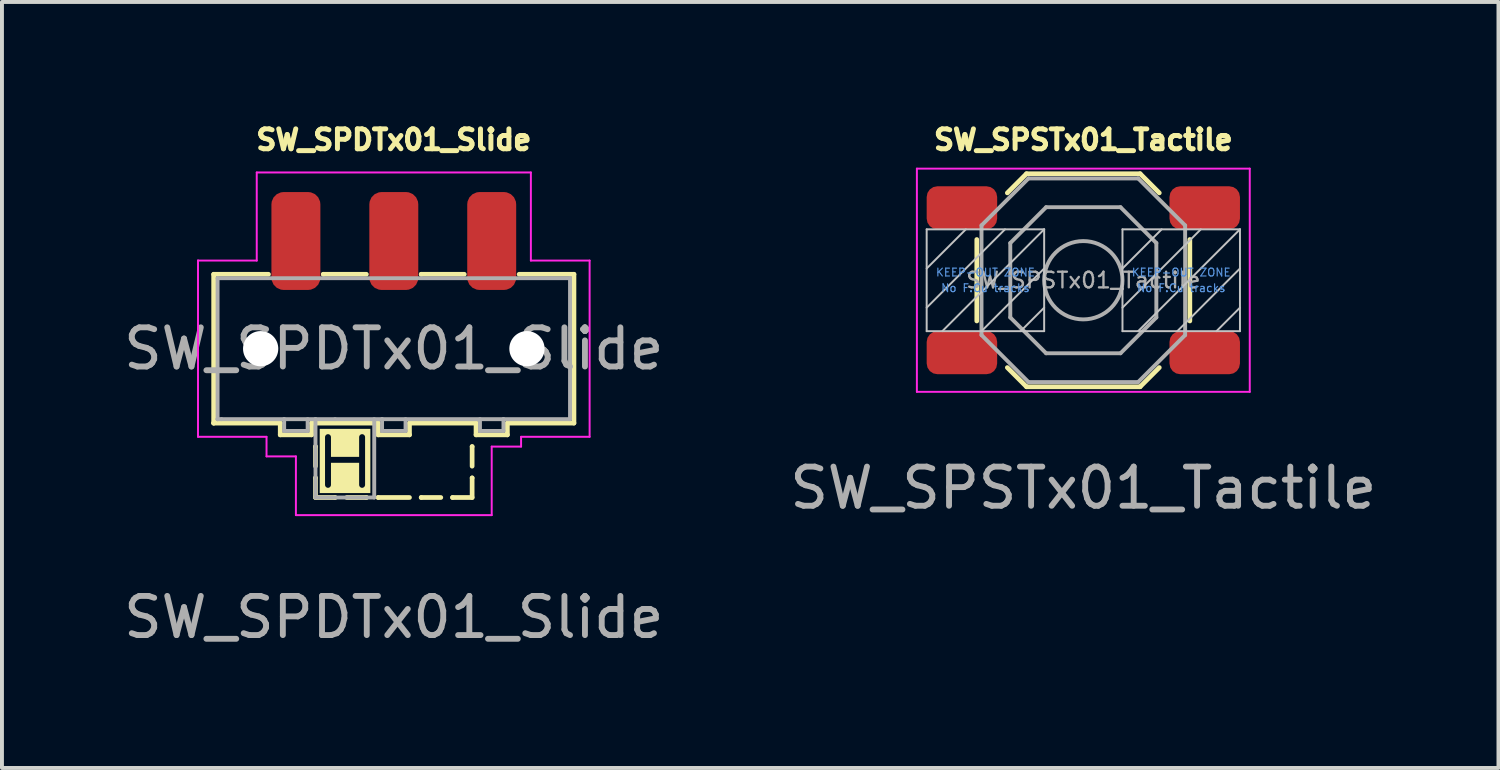
<source format=kicad_pcb>
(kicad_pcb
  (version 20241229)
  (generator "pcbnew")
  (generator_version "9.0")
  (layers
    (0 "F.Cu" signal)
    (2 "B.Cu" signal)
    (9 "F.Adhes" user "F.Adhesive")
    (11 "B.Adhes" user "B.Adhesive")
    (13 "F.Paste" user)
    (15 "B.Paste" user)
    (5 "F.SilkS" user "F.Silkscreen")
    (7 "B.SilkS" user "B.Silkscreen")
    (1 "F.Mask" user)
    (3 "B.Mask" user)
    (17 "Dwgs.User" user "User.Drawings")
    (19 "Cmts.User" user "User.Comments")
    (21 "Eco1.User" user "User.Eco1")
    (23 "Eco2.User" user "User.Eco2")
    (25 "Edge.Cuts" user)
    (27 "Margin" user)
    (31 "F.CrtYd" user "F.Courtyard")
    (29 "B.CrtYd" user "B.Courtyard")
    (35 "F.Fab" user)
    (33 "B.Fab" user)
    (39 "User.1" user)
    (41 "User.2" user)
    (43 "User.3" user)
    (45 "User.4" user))
  (footprint "SW_SPSTx01_Tactile"
    (layer "F.Cu")
    (at 24.629 4.076)
    (property "Reference" "SW_SPSTx01_Tactile" (at -0.016 -3.556 0) (layer "F.SilkS") (effects (font (size 0.508 0.508) (thickness 0.127))))
    (fp_line (start -2.736 1.07) (end -2.736 -1.01) (stroke (width 0.12) (type solid)) (layer "F.SilkS"))
    (fp_line (start -1.466 -2.69) (end -1.956 -2.2) (stroke (width 0.12) (type solid)) (layer "F.SilkS"))
    (fp_line (start -1.466 -2.69) (end 1.434 -2.69) (stroke (width 0.12) (type solid)) (layer "F.SilkS"))
    (fp_line (start -1.466 2.75) (end -1.956 2.26) (stroke (width 0.12) (type solid)) (layer "F.SilkS"))
    (fp_line (start -1.466 2.75) (end 1.434 2.75) (stroke (width 0.12) (type solid)) (layer "F.SilkS"))
    (fp_line (start 1.434 -2.69) (end 1.924 -2.2) (stroke (width 0.12) (type solid)) (layer "F.SilkS"))
    (fp_line (start 1.434 2.75) (end 1.924 2.26) (stroke (width 0.12) (type solid)) (layer "F.SilkS"))
    (fp_line (start 2.704 1.07) (end 2.704 -1.01) (stroke (width 0.12) (type solid)) (layer "F.SilkS"))
    (fp_line (start -4.016 -1.27) (end -1.016 -1.27) (stroke (width 0.05) (type solid)) (layer "Dwgs.User"))
    (fp_line (start -4.016 -0.27) (end -3.016 -1.27) (stroke (width 0.05) (type solid)) (layer "Dwgs.User"))
    (fp_line (start -4.016 0.73) (end -2.016 -1.27) (stroke (width 0.05) (type solid)) (layer "Dwgs.User"))
    (fp_line (start -4.016 1.33) (end -4.016 -1.27) (stroke (width 0.05) (type solid)) (layer "Dwgs.User"))
    (fp_line (start -2.616 1.33) (end -1.016 -0.27) (stroke (width 0.05) (type solid)) (layer "Dwgs.User"))
    (fp_line (start -1.016 -1.27) (end -3.616 1.33) (stroke (width 0.05) (type solid)) (layer "Dwgs.User"))
    (fp_line (start -1.016 -1.27) (end -1.016 1.33) (stroke (width 0.05) (type solid)) (layer "Dwgs.User"))
    (fp_line (start -1.016 0.73) (end -1.616 1.33) (stroke (width 0.05) (type solid)) (layer "Dwgs.User"))
    (fp_line (start -1.016 1.33) (end -4.016 1.33) (stroke (width 0.05) (type solid)) (layer "Dwgs.User"))
    (fp_line (start 0.984 -1.27) (end 3.984 -1.27) (stroke (width 0.05) (type solid)) (layer "Dwgs.User"))
    (fp_line (start 0.984 -0.27) (end 1.984 -1.27) (stroke (width 0.05) (type solid)) (layer "Dwgs.User"))
    (fp_line (start 0.984 0.73) (end 2.984 -1.27) (stroke (width 0.05) (type solid)) (layer "Dwgs.User"))
    (fp_line (start 0.984 1.33) (end 0.984 -1.27) (stroke (width 0.05) (type solid)) (layer "Dwgs.User"))
    (fp_line (start 2.384 1.33) (end 3.984 -0.27) (stroke (width 0.05) (type solid)) (layer "Dwgs.User"))
    (fp_line (start 3.984 -1.27) (end 1.384 1.33) (stroke (width 0.05) (type solid)) (layer "Dwgs.User"))
    (fp_line (start 3.984 -1.27) (end 3.984 1.33) (stroke (width 0.05) (type solid)) (layer "Dwgs.User"))
    (fp_line (start 3.984 0.73) (end 3.384 1.33) (stroke (width 0.05) (type solid)) (layer "Dwgs.User"))
    (fp_line (start 3.984 1.33) (end 0.984 1.33) (stroke (width 0.05) (type solid)) (layer "Dwgs.User"))
    (fp_line (start -4.266 -2.82) (end -4.266 2.88) (stroke (width 0.05) (type solid)) (layer "F.CrtYd"))
    (fp_line (start -4.266 2.88) (end 4.234 2.88) (stroke (width 0.05) (type solid)) (layer "F.CrtYd"))
    (fp_line (start 4.234 -2.82) (end -4.266 -2.82) (stroke (width 0.05) (type solid)) (layer "F.CrtYd"))
    (fp_line (start 4.234 2.88) (end 4.234 -2.82) (stroke (width 0.05) (type solid)) (layer "F.CrtYd"))
    (fp_line (start -2.616 -1.37) (end -1.416 -2.57) (stroke (width 0.1) (type solid)) (layer "F.Fab"))
    (fp_line (start -2.616 1.43) (end -2.616 -1.37) (stroke (width 0.1) (type solid)) (layer "F.Fab"))
    (fp_line (start -1.881 0.98) (end -1.881 -0.92) (stroke (width 0.1) (type solid)) (layer "F.Fab"))
    (fp_line (start -1.416 -2.57) (end 1.384 -2.57) (stroke (width 0.1) (type solid)) (layer "F.Fab"))
    (fp_line (start -1.416 2.63) (end -2.616 1.43) (stroke (width 0.1) (type solid)) (layer "F.Fab"))
    (fp_line (start -0.966 -1.835) (end -1.881 -0.92) (stroke (width 0.1) (type solid)) (layer "F.Fab"))
    (fp_line (start -0.966 -1.835) (end 0.934 -1.835) (stroke (width 0.1) (type solid)) (layer "F.Fab"))
    (fp_line (start -0.966 1.895) (end -1.881 0.98) (stroke (width 0.1) (type solid)) (layer "F.Fab"))
    (fp_line (start 0.934 -1.835) (end 1.849 -0.92) (stroke (width 0.1) (type solid)) (layer "F.Fab"))
    (fp_line (start 0.934 1.895) (end -0.966 1.895) (stroke (width 0.1) (type solid)) (layer "F.Fab"))
    (fp_line (start 0.934 1.895) (end 1.849 0.98) (stroke (width 0.1) (type solid)) (layer "F.Fab"))
    (fp_line (start 1.384 -2.57) (end 2.584 -1.37) (stroke (width 0.1) (type solid)) (layer "F.Fab"))
    (fp_line (start 1.384 2.63) (end -1.416 2.63) (stroke (width 0.1) (type solid)) (layer "F.Fab"))
    (fp_line (start 1.849 -0.92) (end 1.849 0.98) (stroke (width 0.1) (type solid)) (layer "F.Fab"))
    (fp_line (start 2.584 -1.37) (end 2.584 1.43) (stroke (width 0.1) (type solid)) (layer "F.Fab"))
    (fp_line (start 2.584 1.43) (end 1.384 2.63) (stroke (width 0.1) (type solid)) (layer "F.Fab"))
    (fp_circle (center -0.016 0.03) (end 0.984 0.03) (stroke (width 0.1) (type solid)) (fill no) (layer "F.Fab"))
    (fp_text user "No F.Cu tracks" (at 2.484 0.23 0) (layer "Cmts.User") (effects (font (size 0.2 0.2) (thickness 0.03))))
    (fp_text user "No F.Cu tracks" (at -2.516 0.23 0) (layer "Cmts.User") (effects (font (size 0.2 0.2) (thickness 0.03))))
    (fp_text user "KEEP-OUT ZONE" (at -2.516 -0.17 0) (layer "Cmts.User") (effects (font (size 0.2 0.2) (thickness 0.03))))
    (fp_text user "KEEP-OUT ZONE" (at 2.484 -0.17 0) (layer "Cmts.User") (effects (font (size 0.2 0.2) (thickness 0.03))))
    (fp_text user "${REFERENCE}" (at -0.016 5.334 0) (unlocked yes) (layer "F.Fab") (effects (font (size 1 1) (thickness 0.15))))
    (fp_text user "${REFERENCE}" (at -0.016 0.03 0) (layer "F.Fab") (effects (font (size 0.4 0.4) (thickness 0.06))))
    (pad "1" smd roundrect (at -3.116 -1.82) (size 1.8 1.1) (layers "F.Cu" "F.Mask" "F.Paste") (roundrect_rratio 0.25))
    (pad "1" smd roundrect (at 3.084 -1.82) (size 1.8 1.1) (layers "F.Cu" "F.Mask" "F.Paste") (roundrect_rratio 0.25))
    (pad "2" smd roundrect (at -3.116 1.88) (size 1.8 1.1) (layers "F.Cu" "F.Mask" "F.Paste") (roundrect_rratio 0.25))
    (pad "2" smd roundrect (at 3.084 1.88) (size 1.8 1.1) (layers "F.Cu" "F.Mask" "F.Paste") (roundrect_rratio 0.25)))
  (footprint "SW_SPDTx01_Slide"
    (layer "F.Cu")
    (at 7.006 5.854)
    (property "Reference" "SW_SPDTx01_Slide" (at 0 -5.334 0) (layer "F.SilkS") (effects (font (size 0.508 0.508) (thickness 0.127))))
    (attr smd)
    (fp_line (start -4.6 -1.9) (end -3.2 -1.9) (stroke (width 0.12) (type solid)) (layer "F.SilkS"))
    (fp_line (start -4.6 1.9) (end -4.6 -1.9) (stroke (width 0.12) (type solid)) (layer "F.SilkS"))
    (fp_line (start -4.6 1.9) (end -4.6 1.9) (stroke (width 0.12) (type solid)) (layer "F.SilkS"))
    (fp_line (start -2.9 1.9) (end -4.6 1.9) (stroke (width 0.12) (type solid)) (layer "F.SilkS"))
    (fp_line (start -2.9 2.2) (end -2.9 1.9) (stroke (width 0.12) (type solid)) (layer "F.SilkS"))
    (fp_line (start -2.1 1.9) (end -2.1 2.2) (stroke (width 0.12) (type solid)) (layer "F.SilkS"))
    (fp_line (start -2.1 2.2) (end -2.9 2.2) (stroke (width 0.12) (type solid)) (layer "F.SilkS"))
    (fp_line (start -2 2.5) (end -2 2.5) (stroke (width 0.12) (type solid)) (layer "F.SilkS"))
    (fp_line (start -2 3) (end -2 2.5) (stroke (width 0.12) (type solid)) (layer "F.SilkS"))
    (fp_line (start -2 3.3) (end -2 3.3) (stroke (width 0.12) (type solid)) (layer "F.SilkS"))
    (fp_line (start -2 3.8) (end -2 3.3) (stroke (width 0.12) (type solid)) (layer "F.SilkS"))
    (fp_line (start -2 3.8) (end -1.5 3.8) (stroke (width 0.12) (type solid)) (layer "F.SilkS"))
    (fp_line (start -1.8 -1.9) (end -1.8 -1.9) (stroke (width 0.12) (type solid)) (layer "F.SilkS"))
    (fp_line (start -1.5 3.8) (end -1.5 3.8) (stroke (width 0.12) (type solid)) (layer "F.SilkS"))
    (fp_line (start -1.2 3.8) (end -0.7 3.8) (stroke (width 0.12) (type solid)) (layer "F.SilkS"))
    (fp_line (start -0.7 -1.9) (end -1.8 -1.9) (stroke (width 0.12) (type solid)) (layer "F.SilkS"))
    (fp_line (start -0.7 3.8) (end -0.7 3.8) (stroke (width 0.12) (type solid)) (layer "F.SilkS"))
    (fp_line (start -0.4 1.9) (end -2.1 1.9) (stroke (width 0.12) (type solid)) (layer "F.SilkS"))
    (fp_line (start -0.4 2.2) (end -0.4 1.9) (stroke (width 0.12) (type solid)) (layer "F.SilkS"))
    (fp_line (start -0.4 3.8) (end -0.4 3.8) (stroke (width 0.12) (type solid)) (layer "F.SilkS"))
    (fp_line (start 0.4 1.9) (end 0.4 2.2) (stroke (width 0.12) (type solid)) (layer "F.SilkS"))
    (fp_line (start 0.4 2.2) (end -0.4 2.2) (stroke (width 0.12) (type solid)) (layer "F.SilkS"))
    (fp_line (start 0.4 3.8) (end -0.4 3.8) (stroke (width 0.12) (type solid)) (layer "F.SilkS"))
    (fp_line (start 0.7 -1.9) (end 0.7 -1.9) (stroke (width 0.12) (type solid)) (layer "F.SilkS"))
    (fp_line (start 0.7 3.8) (end 0.7 3.8) (stroke (width 0.12) (type solid)) (layer "F.SilkS"))
    (fp_line (start 1.2 3.8) (end 0.7 3.8) (stroke (width 0.12) (type solid)) (layer "F.SilkS"))
    (fp_line (start 1.5 3.8) (end 1.5 3.8) (stroke (width 0.12) (type solid)) (layer "F.SilkS"))
    (fp_line (start 1.8 -1.9) (end 0.7 -1.9) (stroke (width 0.12) (type solid)) (layer "F.SilkS"))
    (fp_line (start 2 2.5) (end 2 2.5) (stroke (width 0.12) (type solid)) (layer "F.SilkS"))
    (fp_line (start 2 3) (end 2 2.5) (stroke (width 0.12) (type solid)) (layer "F.SilkS"))
    (fp_line (start 2 3.3) (end 2 3.3) (stroke (width 0.12) (type solid)) (layer "F.SilkS"))
    (fp_line (start 2 3.8) (end 1.5 3.8) (stroke (width 0.12) (type solid)) (layer "F.SilkS"))
    (fp_line (start 2 3.8) (end 2 3.3) (stroke (width 0.12) (type solid)) (layer "F.SilkS"))
    (fp_line (start 2.1 1.9) (end 0.4 1.9) (stroke (width 0.12) (type solid)) (layer "F.SilkS"))
    (fp_line (start 2.1 2.2) (end 2.1 1.9) (stroke (width 0.12) (type solid)) (layer "F.SilkS"))
    (fp_line (start 2.9 1.9) (end 2.9 2.2) (stroke (width 0.12) (type solid)) (layer "F.SilkS"))
    (fp_line (start 2.9 2.2) (end 2.1 2.2) (stroke (width 0.12) (type solid)) (layer "F.SilkS"))
    (fp_line (start 3.2 -1.9) (end 4.6 -1.9) (stroke (width 0.12) (type solid)) (layer "F.SilkS"))
    (fp_line (start 4.6 -1.9) (end 4.6 1.9) (stroke (width 0.12) (type solid)) (layer "F.SilkS"))
    (fp_line (start 4.6 1.9) (end 2.9 1.9) (stroke (width 0.12) (type solid)) (layer "F.SilkS"))
    (fp_line (start -5 -2.25) (end -5 -2.25) (stroke (width 0.05) (type solid)) (layer "F.CrtYd"))
    (fp_line (start -5 -2.25) (end -5 2.25) (stroke (width 0.05) (type solid)) (layer "F.CrtYd"))
    (fp_line (start -5 2.25) (end -3.25 2.25) (stroke (width 0.05) (type solid)) (layer "F.CrtYd"))
    (fp_line (start -3.5 -4.5) (end -3.5 -2.25) (stroke (width 0.05) (type solid)) (layer "F.CrtYd"))
    (fp_line (start -3.5 -2.25) (end -5 -2.25) (stroke (width 0.05) (type solid)) (layer "F.CrtYd"))
    (fp_line (start -3.25 2.25) (end -3.25 2.75) (stroke (width 0.05) (type solid)) (layer "F.CrtYd"))
    (fp_line (start -3.25 2.75) (end -2.5 2.75) (stroke (width 0.05) (type solid)) (layer "F.CrtYd"))
    (fp_line (start -2.5 2.75) (end -2.5 4.25) (stroke (width 0.05) (type solid)) (layer "F.CrtYd"))
    (fp_line (start -2.5 4.25) (end 2.5 4.25) (stroke (width 0.05) (type solid)) (layer "F.CrtYd"))
    (fp_line (start 2.5 2.5) (end 3.25 2.5) (stroke (width 0.05) (type solid)) (layer "F.CrtYd"))
    (fp_line (start 2.5 4.25) (end 2.5 2.5) (stroke (width 0.05) (type solid)) (layer "F.CrtYd"))
    (fp_line (start 3.25 2.25) (end 5 2.25) (stroke (width 0.05) (type solid)) (layer "F.CrtYd"))
    (fp_line (start 3.25 2.5) (end 3.25 2.25) (stroke (width 0.05) (type solid)) (layer "F.CrtYd"))
    (fp_line (start 3.5 -4.5) (end -3.5 -4.5) (stroke (width 0.05) (type solid)) (layer "F.CrtYd"))
    (fp_line (start 3.5 -2.25) (end 3.5 -4.5) (stroke (width 0.05) (type solid)) (layer "F.CrtYd"))
    (fp_line (start 5 -2.25) (end 3.5 -2.25) (stroke (width 0.05) (type solid)) (layer "F.CrtYd"))
    (fp_line (start 5 2.25) (end 5 -2.25) (stroke (width 0.05) (type solid)) (layer "F.CrtYd"))
    (fp_line (start -4.5 -1.8) (end -4.5 1.8) (stroke (width 0.1) (type solid)) (layer "F.Fab"))
    (fp_line (start -4.5 -1.8) (end 4.5 -1.8) (stroke (width 0.1) (type solid)) (layer "F.Fab"))
    (fp_line (start -4.5 1.8) (end -4.5 1.8) (stroke (width 0.1) (type solid)) (layer "F.Fab"))
    (fp_line (start -4.5 1.8) (end -4.5 1.8) (stroke (width 0.1) (type solid)) (layer "F.Fab"))
    (fp_line (start -4.4 1.8) (end -4.5 1.8) (stroke (width 0.1) (type solid)) (layer "F.Fab"))
    (fp_line (start -2.8 1.8) (end -2.8 1.8) (stroke (width 0.1) (type solid)) (layer "F.Fab"))
    (fp_line (start -2.8 2.1) (end -2.8 1.8) (stroke (width 0.1) (type solid)) (layer "F.Fab"))
    (fp_line (start -2.2 1.8) (end -2.2 2.1) (stroke (width 0.1) (type solid)) (layer "F.Fab"))
    (fp_line (start -2.2 2.1) (end -2.8 2.1) (stroke (width 0.1) (type solid)) (layer "F.Fab"))
    (fp_line (start -2 1.8) (end -2 1.8) (stroke (width 0.1) (type solid)) (layer "F.Fab"))
    (fp_line (start -2 3.8) (end -2 1.8) (stroke (width 0.1) (type solid)) (layer "F.Fab"))
    (fp_line (start -1.5 1.8) (end -1.5 1.8) (stroke (width 0.1) (type solid)) (layer "F.Fab"))
    (fp_line (start -0.5 1.8) (end -0.5 3.8) (stroke (width 0.1) (type solid)) (layer "F.Fab"))
    (fp_line (start -0.5 3.8) (end -2 3.8) (stroke (width 0.1) (type solid)) (layer "F.Fab"))
    (fp_line (start -0.3 1.8) (end -0.3 1.8) (stroke (width 0.1) (type solid)) (layer "F.Fab"))
    (fp_line (start -0.3 2.1) (end -0.3 1.8) (stroke (width 0.1) (type solid)) (layer "F.Fab"))
    (fp_line (start 0.3 1.8) (end 0.3 2.1) (stroke (width 0.1) (type solid)) (layer "F.Fab"))
    (fp_line (start 0.3 2.1) (end -0.3 2.1) (stroke (width 0.1) (type solid)) (layer "F.Fab"))
    (fp_line (start 2.2 1.8) (end 2.2 2.1) (stroke (width 0.1) (type solid)) (layer "F.Fab"))
    (fp_line (start 2.2 2.1) (end 2.8 2.1) (stroke (width 0.1) (type solid)) (layer "F.Fab"))
    (fp_line (start 2.8 1.8) (end 2.8 1.8) (stroke (width 0.1) (type solid)) (layer "F.Fab"))
    (fp_line (start 2.8 2.1) (end 2.8 1.8) (stroke (width 0.1) (type solid)) (layer "F.Fab"))
    (fp_line (start 4.5 -1.8) (end 4.5 1.8) (stroke (width 0.1) (type solid)) (layer "F.Fab"))
    (fp_line (start 4.5 1.8) (end -4.4 1.8) (stroke (width 0.1) (type solid)) (layer "F.Fab"))
    (fp_text user "H" (at -1.245 2.921 0) (unlocked yes) (layer "F.SilkS" knockout) (effects (font (size 1.219 1.524) (thickness 0.152))))
    (fp_text user "${REFERENCE}" (at 0 6.858 0) (unlocked yes) (layer "F.Fab") (effects (font (size 1 1) (thickness 0.15))))
    (fp_text user "${REFERENCE}" (at 0 0 0) (layer "F.Fab") (effects (font (size 1 1) (thickness 0.15))))
    (pad "" np_thru_hole circle (at -3.4 0) (size 0.9 0.9) (drill 0.9) (layers "*.Cu" "*.Mask"))
    (pad "" np_thru_hole circle (at 3.4 0) (size 0.9 0.9) (drill 0.9) (layers "*.Cu" "*.Mask"))
    (pad "1" smd roundrect (at -2.5 -2.75) (size 1.25 2.5) (layers "F.Cu" "F.Mask" "F.Paste") (roundrect_rratio 0.25))
    (pad "2" smd roundrect (at 0 -2.75) (size 1.25 2.5) (layers "F.Cu" "F.Mask" "F.Paste") (roundrect_rratio 0.25))
    (pad "3" smd roundrect (at 2.5 -2.75) (size 1.25 2.5) (layers "F.Cu" "F.Mask" "F.Paste") (roundrect_rratio 0.25)))
  (gr_rect
    (start -3 -3)
    (end 35.214 16.56)
    (stroke (width 0.1) (type default))
    (fill no)
    (layer "Edge.Cuts")))
</source>
